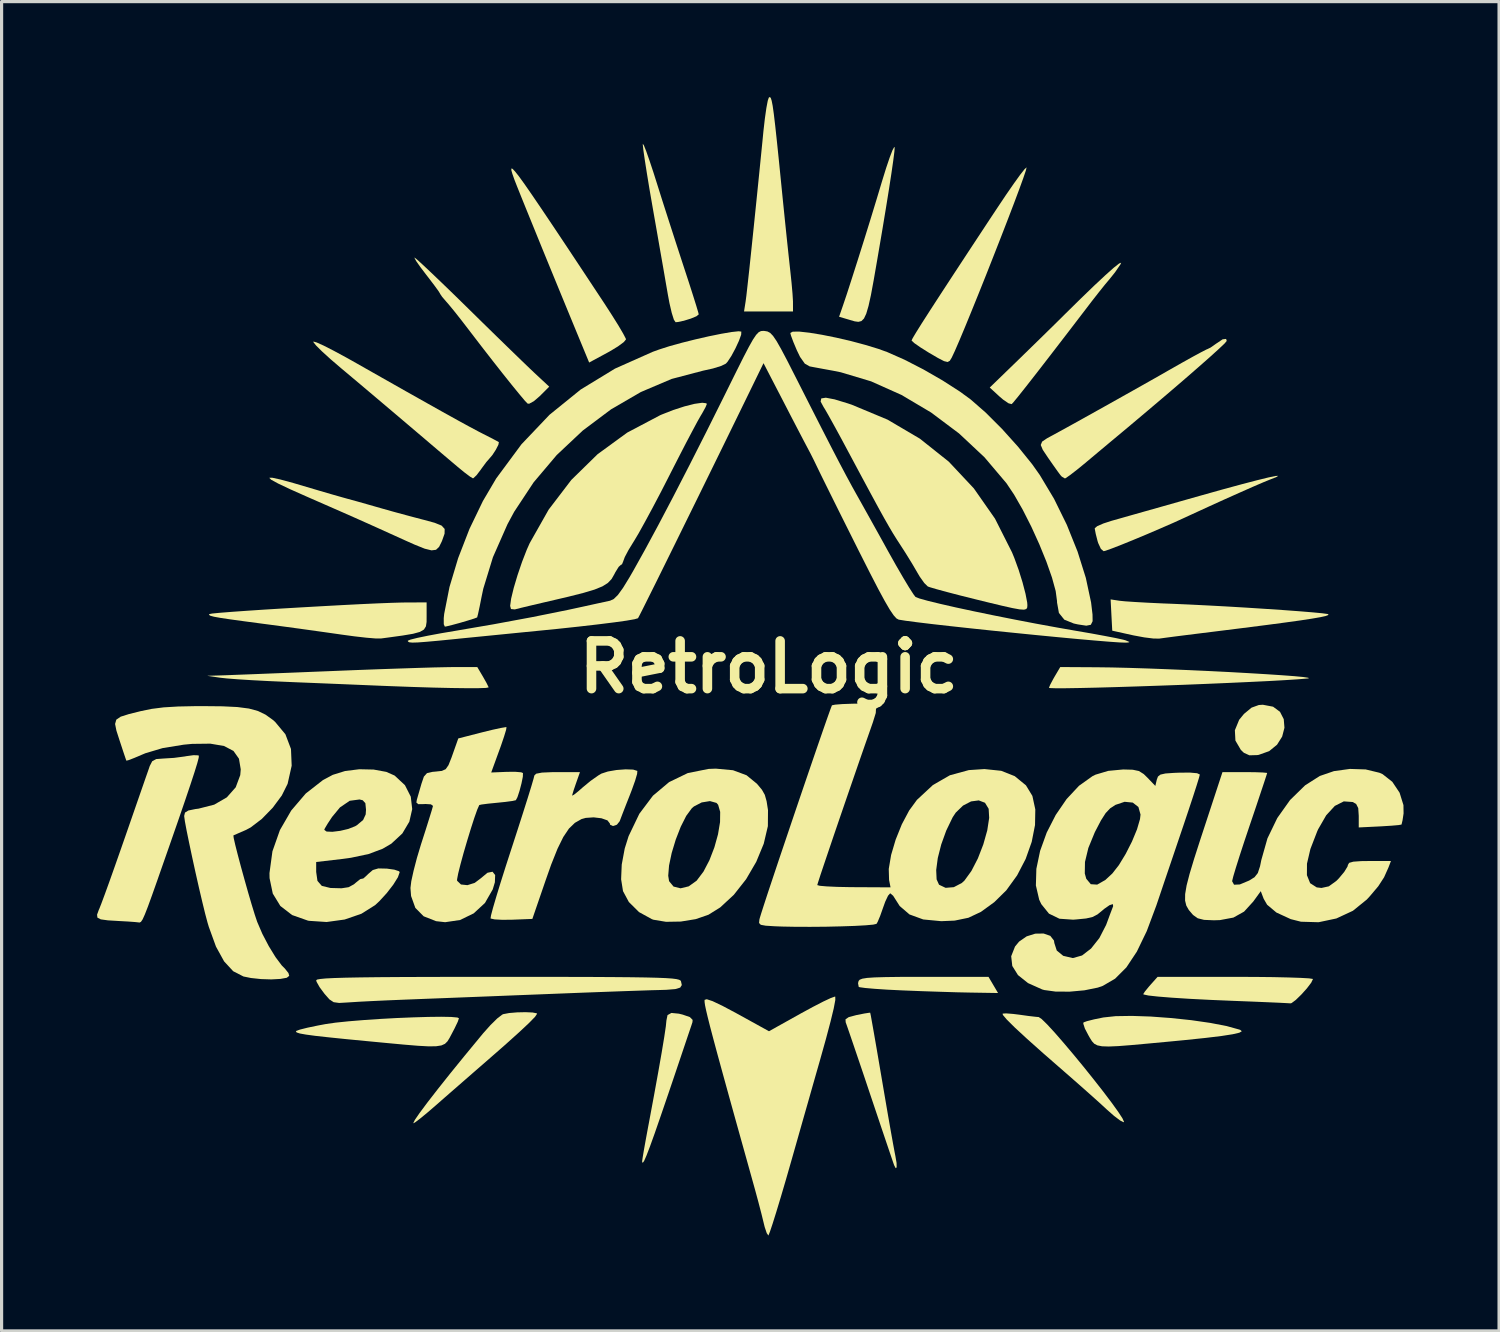
<source format=kicad_pcb>
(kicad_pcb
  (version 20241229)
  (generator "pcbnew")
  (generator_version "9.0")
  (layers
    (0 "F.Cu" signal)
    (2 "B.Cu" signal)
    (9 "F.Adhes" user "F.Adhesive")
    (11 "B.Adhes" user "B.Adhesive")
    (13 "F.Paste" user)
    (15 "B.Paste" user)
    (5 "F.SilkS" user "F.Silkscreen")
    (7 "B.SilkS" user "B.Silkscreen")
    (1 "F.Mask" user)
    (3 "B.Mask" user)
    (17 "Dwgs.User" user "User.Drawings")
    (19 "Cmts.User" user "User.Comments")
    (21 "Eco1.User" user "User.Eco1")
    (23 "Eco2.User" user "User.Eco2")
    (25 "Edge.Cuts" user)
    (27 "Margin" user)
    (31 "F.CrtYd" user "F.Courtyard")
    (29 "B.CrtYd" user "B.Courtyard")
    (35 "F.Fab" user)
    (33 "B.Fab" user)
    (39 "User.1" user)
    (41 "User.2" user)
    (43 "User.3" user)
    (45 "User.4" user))
  (footprint "RetroLogic"
    (layer "F.Cu")
    (at 21.111 17.914)
    (property "Reference" "RetroLogic" (at 0 0 0) (layer "F.SilkS") (effects (font (size 1.5 1.5) (thickness 0.3))))
    (attr board_only exclude_from_pos_files exclude_from_bom)
    (fp_poly (pts (xy 15.849 1.246) (xy 16.067 1.407) (xy 16.185 1.638) (xy 16.207 1.908) (xy 16.135 2.186) (xy 15.974 2.441) (xy 15.727 2.643) (xy 15.398 2.76) (xy 15.352 2.767) (xy 15.106 2.774) (xy 14.933 2.696) (xy 14.838 2.606) (xy 14.666 2.312) (xy 14.649 1.986) (xy 14.784 1.657) (xy 14.935 1.473) (xy 15.173 1.276) (xy 15.4 1.194) (xy 15.528 1.185)) (stroke (width 0) (type solid)) (fill yes) (layer "F.SilkS"))
    (fp_poly (pts (xy 7.056 9.991) (xy 7.206 10.245) (xy 6.334 10.231) (xy 5.915 10.222) (xy 5.39 10.206) (xy 4.819 10.187) (xy 4.266 10.165) (xy 4.171 10.161) (xy 3.72 10.139) (xy 3.331 10.113) (xy 3.033 10.087) (xy 2.859 10.063) (xy 2.827 10.052) (xy 2.806 9.937) (xy 2.823 9.867) (xy 2.859 9.826) (xy 2.942 9.794) (xy 3.092 9.77) (xy 3.329 9.754) (xy 3.674 9.744) (xy 4.144 9.738) (xy 4.761 9.737) (xy 4.89 9.737) (xy 6.906 9.737)) (stroke (width 0) (type solid)) (fill yes) (layer "F.SilkS"))
    (fp_poly (pts (xy 11.055 -12.658) (xy 10.884 -12.408) (xy 10.711 -12.192) (xy 10.569 -12.023) (xy 10.365 -11.768) (xy 10.139 -11.479) (xy 10.102 -11.43) (xy 9.446 -10.573) (xy 8.891 -9.851) (xy 8.436 -9.263) (xy 8.082 -8.81) (xy 7.83 -8.493) (xy 7.679 -8.31) (xy 7.633 -8.263) (xy 7.535 -8.289) (xy 7.364 -8.406) (xy 7.253 -8.501) (xy 6.945 -8.784) (xy 7.851 -9.662) (xy 8.23 -10.031) (xy 8.622 -10.414) (xy 8.983 -10.768) (xy 9.272 -11.054) (xy 9.31 -11.092) (xy 9.808 -11.582) (xy 10.235 -11.994) (xy 10.584 -12.32) (xy 10.846 -12.553) (xy 11.013 -12.684) (xy 11.075 -12.707)) (stroke (width 0) (type solid)) (fill yes) (layer "F.SilkS"))
    (fp_poly (pts (xy -7.424 10.857) (xy -7.295 10.882) (xy -7.281 10.897) (xy -7.345 10.992) (xy -7.537 11.189) (xy -7.858 11.489) (xy -8.309 11.894) (xy -8.89 12.402) (xy -9.297 12.756) (xy -9.75 13.151) (xy -10.186 13.531) (xy -10.435 13.75) (xy -10.724 13.999) (xy -10.96 14.193) (xy -11.119 14.313) (xy -11.176 14.341) (xy -11.123 14.233) (xy -10.97 14.01) (xy -10.727 13.684) (xy -10.405 13.269) (xy -10.014 12.777) (xy -9.564 12.223) (xy -9.065 11.618) (xy -8.981 11.516) (xy -8.748 11.255) (xy -8.535 11.045) (xy -8.377 10.924) (xy -8.346 10.909) (xy -8.161 10.874) (xy -7.91 10.853) (xy -7.647 10.847)) (stroke (width 0) (type solid)) (fill yes) (layer "F.SilkS"))
    (fp_poly (pts (xy 15.285 9.739) (xy 15.849 9.745) (xy 16.334 9.756) (xy 16.718 9.769) (xy 16.979 9.784) (xy 17.098 9.802) (xy 17.103 9.806) (xy 17.048 9.921) (xy 16.913 10.098) (xy 16.737 10.294) (xy 16.563 10.463) (xy 16.431 10.561) (xy 16.398 10.57) (xy 16.285 10.563) (xy 16.032 10.55) (xy 15.665 10.534) (xy 15.211 10.515) (xy 14.7 10.495) (xy 14.647 10.493) (xy 13.886 10.461) (xy 13.22 10.427) (xy 12.663 10.391) (xy 12.229 10.356) (xy 11.931 10.323) (xy 11.783 10.291) (xy 11.769 10.279) (xy 11.82 10.199) (xy 11.946 10.045) (xy 11.994 9.99) (xy 12.22 9.737) (xy 14.661 9.737)) (stroke (width 0) (type solid)) (fill yes) (layer "F.SilkS"))
    (fp_poly (pts (xy 3.957 -16.33) (xy 3.948 -16.199) (xy 3.913 -15.923) (xy 3.856 -15.525) (xy 3.779 -15.025) (xy 3.686 -14.447) (xy 3.581 -13.811) (xy 3.529 -13.504) (xy 3.401 -12.754) (xy 3.297 -12.155) (xy 3.211 -11.691) (xy 3.135 -11.347) (xy 3.064 -11.106) (xy 2.992 -10.953) (xy 2.911 -10.873) (xy 2.815 -10.849) (xy 2.699 -10.865) (xy 2.555 -10.907) (xy 2.481 -10.929) (xy 2.21 -11.009) (xy 2.334 -11.368) (xy 2.455 -11.727) (xy 2.612 -12.213) (xy 2.796 -12.789) (xy 2.995 -13.421) (xy 3.197 -14.072) (xy 3.391 -14.707) (xy 3.561 -15.272) (xy 3.689 -15.685) (xy 3.801 -16.016) (xy 3.888 -16.243) (xy 3.943 -16.344)) (stroke (width 0) (type solid)) (fill yes) (layer "F.SilkS"))
    (fp_poly (pts (xy 12.004 10.984) (xy 12.64 11.031) (xy 13.277 11.098) (xy 13.875 11.184) (xy 14.393 11.284) (xy 14.79 11.394) (xy 14.817 11.404) (xy 14.867 11.446) (xy 14.79 11.492) (xy 14.578 11.541) (xy 14.224 11.596) (xy 13.719 11.657) (xy 13.057 11.726) (xy 12.62 11.768) (xy 11.934 11.832) (xy 11.396 11.881) (xy 10.987 11.913) (xy 10.686 11.926) (xy 10.473 11.919) (xy 10.328 11.89) (xy 10.23 11.839) (xy 10.159 11.762) (xy 10.095 11.66) (xy 10.048 11.578) (xy 9.935 11.362) (xy 9.885 11.209) (xy 9.891 11.169) (xy 9.998 11.13) (xy 10.223 11.073) (xy 10.516 11.013) (xy 10.901 10.972) (xy 11.411 10.964)) (stroke (width 0) (type solid)) (fill yes) (layer "F.SilkS"))
    (fp_poly (pts (xy -2.825 10.894) (xy -2.703 10.924) (xy -2.479 11.002) (xy -2.393 11.089) (xy -2.398 11.16) (xy -2.436 11.277) (xy -2.522 11.53) (xy -2.646 11.898) (xy -2.801 12.358) (xy -2.979 12.886) (xy -3.152 13.396) (xy -3.393 14.101) (xy -3.585 14.655) (xy -3.734 15.069) (xy -3.844 15.355) (xy -3.918 15.523) (xy -3.962 15.584) (xy -3.979 15.549) (xy -3.979 15.529) (xy -3.964 15.421) (xy -3.924 15.18) (xy -3.863 14.84) (xy -3.788 14.434) (xy -3.772 14.351) (xy -3.61 13.482) (xy -3.474 12.733) (xy -3.365 12.112) (xy -3.285 11.629) (xy -3.235 11.293) (xy -3.217 11.113) (xy -3.217 11.11) (xy -3.182 10.939) (xy -3.06 10.871)) (stroke (width 0) (type solid)) (fill yes) (layer "F.SilkS"))
    (fp_poly (pts (xy 7.681 10.902) (xy 7.874 10.926) (xy 8.161 10.966) (xy 8.394 10.993) (xy 8.483 11) (xy 8.577 11.063) (xy 8.75 11.232) (xy 8.986 11.488) (xy 9.266 11.81) (xy 9.576 12.177) (xy 9.898 12.568) (xy 10.216 12.965) (xy 10.514 13.345) (xy 10.774 13.689) (xy 10.98 13.975) (xy 11.116 14.184) (xy 11.165 14.294) (xy 11.155 14.307) (xy 11.043 14.251) (xy 10.853 14.108) (xy 10.625 13.907) (xy 10.623 13.905) (xy 10.397 13.697) (xy 10.081 13.414) (xy 9.715 13.09) (xy 9.337 12.759) (xy 9.269 12.7) (xy 8.625 12.138) (xy 8.113 11.681) (xy 7.732 11.329) (xy 7.481 11.08) (xy 7.358 10.934) (xy 7.349 10.892) (xy 7.46 10.885)) (stroke (width 0) (type solid)) (fill yes) (layer "F.SilkS"))
    (fp_poly (pts (xy -8.055 -15.66) (xy -7.978 -15.58) (xy -7.853 -15.423) (xy -7.676 -15.178) (xy -7.441 -14.839) (xy -7.141 -14.398) (xy -6.771 -13.847) (xy -6.325 -13.178) (xy -5.798 -12.383) (xy -5.184 -11.454) (xy -5.177 -11.444) (xy -4.934 -11.068) (xy -4.728 -10.739) (xy -4.577 -10.482) (xy -4.496 -10.327) (xy -4.487 -10.297) (xy -4.557 -10.212) (xy -4.741 -10.076) (xy -5.004 -9.917) (xy -5.066 -9.883) (xy -5.645 -9.57) (xy -5.968 -10.352) (xy -6.258 -11.055) (xy -6.551 -11.767) (xy -6.838 -12.466) (xy -7.111 -13.133) (xy -7.362 -13.75) (xy -7.584 -14.295) (xy -7.768 -14.749) (xy -7.906 -15.093) (xy -7.99 -15.307) (xy -8.004 -15.346) (xy -8.059 -15.503) (xy -8.09 -15.613) (xy -8.09 -15.668)) (stroke (width 0) (type solid)) (fill yes) (layer "F.SilkS"))
    (fp_poly (pts (xy 3.206 10.949) (xy 3.247 11.177) (xy 3.309 11.527) (xy 3.387 11.976) (xy 3.477 12.502) (xy 3.554 12.954) (xy 3.655 13.546) (xy 3.75 14.1) (xy 3.836 14.589) (xy 3.907 14.985) (xy 3.958 15.26) (xy 3.979 15.365) (xy 4.017 15.587) (xy 4.019 15.725) (xy 3.989 15.751) (xy 3.939 15.654) (xy 3.901 15.545) (xy 3.817 15.298) (xy 3.694 14.935) (xy 3.54 14.479) (xy 3.363 13.952) (xy 3.184 13.42) (xy 2.992 12.846) (xy 2.814 12.321) (xy 2.66 11.867) (xy 2.537 11.507) (xy 2.453 11.264) (xy 2.417 11.163) (xy 2.412 11.071) (xy 2.512 11.003) (xy 2.747 10.94) (xy 2.766 10.936) (xy 3.003 10.889) (xy 3.157 10.865) (xy 3.188 10.865)) (stroke (width 0) (type solid)) (fill yes) (layer "F.SilkS"))
    (fp_poly (pts (xy -9.98 10.997) (xy -9.786 11.015) (xy -9.737 11.038) (xy -9.774 11.147) (xy -9.872 11.352) (xy -9.962 11.524) (xy -10.034 11.66) (xy -10.099 11.765) (xy -10.177 11.842) (xy -10.289 11.892) (xy -10.454 11.918) (xy -10.692 11.921) (xy -11.024 11.903) (xy -11.47 11.866) (xy -12.049 11.812) (xy -12.573 11.762) (xy -13.28 11.694) (xy -13.834 11.637) (xy -14.251 11.591) (xy -14.546 11.551) (xy -14.736 11.517) (xy -14.835 11.485) (xy -14.861 11.454) (xy -14.848 11.436) (xy -14.738 11.395) (xy -14.5 11.335) (xy -14.173 11.267) (xy -13.928 11.221) (xy -13.615 11.176) (xy -13.209 11.134) (xy -12.735 11.095) (xy -12.22 11.06) (xy -11.692 11.031) (xy -11.177 11.01) (xy -10.702 10.996) (xy -10.294 10.991)) (stroke (width 0) (type solid)) (fill yes) (layer "F.SilkS"))
    (fp_poly (pts (xy -3.926 -16.398) (xy -3.852 -16.213) (xy -3.748 -15.916) (xy -3.62 -15.531) (xy -3.524 -15.228) (xy -3.345 -14.66) (xy -3.134 -14.003) (xy -2.916 -13.328) (xy -2.713 -12.705) (xy -2.659 -12.54) (xy -2.509 -12.082) (xy -2.38 -11.679) (xy -2.28 -11.36) (xy -2.218 -11.152) (xy -2.201 -11.083) (xy -2.274 -11.024) (xy -2.45 -10.951) (xy -2.67 -10.883) (xy -2.87 -10.842) (xy -2.929 -10.838) (xy -2.982 -10.916) (xy -3.049 -11.128) (xy -3.122 -11.441) (xy -3.171 -11.705) (xy -3.232 -12.055) (xy -3.314 -12.531) (xy -3.413 -13.094) (xy -3.519 -13.703) (xy -3.627 -14.318) (xy -3.653 -14.467) (xy -3.748 -15.015) (xy -3.829 -15.508) (xy -3.894 -15.922) (xy -3.939 -16.231) (xy -3.959 -16.411) (xy -3.959 -16.445)) (stroke (width 0) (type solid)) (fill yes) (layer "F.SilkS"))
    (fp_poly (pts (xy 0.062 -17.888) (xy 0.091 -17.8) (xy 0.123 -17.637) (xy 0.159 -17.381) (xy 0.202 -17.017) (xy 0.255 -16.529) (xy 0.32 -15.901) (xy 0.382 -15.282) (xy 0.445 -14.654) (xy 0.508 -14.037) (xy 0.567 -13.467) (xy 0.619 -12.978) (xy 0.66 -12.602) (xy 0.677 -12.446) (xy 0.716 -12.076) (xy 0.746 -11.738) (xy 0.761 -11.492) (xy 0.761 -11.451) (xy 0.762 -11.176) (xy -0.007 -11.176) (xy -0.777 -11.176) (xy -0.727 -11.493) (xy -0.703 -11.677) (xy -0.665 -12.015) (xy -0.612 -12.494) (xy -0.548 -13.101) (xy -0.473 -13.82) (xy -0.389 -14.639) (xy -0.297 -15.544) (xy -0.199 -16.52) (xy -0.167 -16.849) (xy -0.122 -17.241) (xy -0.075 -17.571) (xy -0.031 -17.802) (xy 0.002 -17.897) (xy 0.033 -17.914)) (stroke (width 0) (type solid)) (fill yes) (layer "F.SilkS"))
    (fp_poly (pts (xy 10.317 0.007) (xy 10.778 0.013) (xy 11.314 0.026) (xy 11.907 0.045) (xy 12.539 0.069) (xy 13.191 0.096) (xy 13.846 0.126) (xy 14.484 0.158) (xy 15.088 0.192) (xy 15.639 0.225) (xy 16.12 0.257) (xy 16.512 0.286) (xy 16.797 0.313) (xy 16.957 0.337) (xy 16.973 0.355) (xy 16.933 0.36) (xy 16.633 0.385) (xy 16.213 0.412) (xy 15.693 0.441) (xy 15.093 0.47) (xy 14.433 0.5) (xy 13.732 0.53) (xy 13.01 0.559) (xy 12.286 0.585) (xy 11.581 0.609) (xy 10.914 0.63) (xy 10.305 0.647) (xy 9.774 0.659) (xy 9.339 0.666) (xy 9.021 0.667) (xy 8.84 0.661) (xy 8.805 0.653) (xy 8.845 0.555) (xy 8.943 0.371) (xy 8.983 0.301) (xy 9.161 0)) (stroke (width 0) (type solid)) (fill yes) (layer "F.SilkS"))
    (fp_poly (pts (xy 15.947 -5.968) (xy 15.748 -5.89) (xy 15.549 -5.809) (xy 15.226 -5.67) (xy 14.808 -5.485) (xy 14.322 -5.268) (xy 13.799 -5.03) (xy 13.268 -4.786) (xy 13.073 -4.696) (xy 12.718 -4.534) (xy 12.31 -4.356) (xy 11.883 -4.173) (xy 11.466 -3.999) (xy 11.09 -3.846) (xy 10.787 -3.728) (xy 10.586 -3.656) (xy 10.524 -3.641) (xy 10.438 -3.714) (xy 10.353 -3.897) (xy 10.334 -3.958) (xy 10.276 -4.185) (xy 10.246 -4.343) (xy 10.245 -4.361) (xy 10.32 -4.426) (xy 10.516 -4.512) (xy 10.774 -4.596) (xy 10.998 -4.659) (xy 11.357 -4.761) (xy 11.823 -4.893) (xy 12.369 -5.047) (xy 12.965 -5.216) (xy 13.537 -5.378) (xy 14.253 -5.579) (xy 14.857 -5.743) (xy 15.342 -5.87) (xy 15.701 -5.958) (xy 15.926 -6.005) (xy 16.011 -6.009)) (stroke (width 0) (type solid)) (fill yes) (layer "F.SilkS"))
    (fp_poly (pts (xy -15.352 -5.895) (xy -14.94 -5.783) (xy -14.52 -5.659) (xy -14.111 -5.538) (xy -13.71 -5.421) (xy -13.379 -5.327) (xy -13.25 -5.291) (xy -12.95 -5.209) (xy -12.569 -5.101) (xy -12.192 -4.993) (xy -11.78 -4.877) (xy -11.305 -4.748) (xy -10.868 -4.633) (xy -10.858 -4.631) (xy -10.499 -4.533) (xy -10.282 -4.445) (xy -10.186 -4.34) (xy -10.189 -4.191) (xy -10.267 -3.971) (xy -10.283 -3.934) (xy -10.362 -3.775) (xy -10.458 -3.685) (xy -10.599 -3.667) (xy -10.814 -3.72) (xy -11.132 -3.848) (xy -11.43 -3.981) (xy -11.907 -4.197) (xy -12.302 -4.376) (xy -12.654 -4.534) (xy -13.001 -4.689) (xy -13.381 -4.857) (xy -13.833 -5.055) (xy -14.395 -5.301) (xy -14.504 -5.349) (xy -15.041 -5.588) (xy -15.419 -5.767) (xy -15.639 -5.887) (xy -15.701 -5.948) (xy -15.605 -5.95)) (stroke (width 0) (type solid)) (fill yes) (layer "F.SilkS"))
    (fp_poly (pts (xy -8.983 0.301) (xy -8.872 0.497) (xy -8.81 0.623) (xy -8.805 0.64) (xy -8.887 0.656) (xy -9.119 0.664) (xy -9.483 0.665) (xy -9.961 0.659) (xy -10.534 0.646) (xy -11.184 0.626) (xy -11.892 0.6) (xy -12.15 0.59) (xy -12.747 0.565) (xy -13.444 0.536) (xy -14.173 0.506) (xy -14.866 0.478) (xy -15.198 0.464) (xy -15.735 0.44) (xy -16.244 0.413) (xy -16.689 0.385) (xy -17.033 0.358) (xy -17.23 0.337) (xy -17.653 0.275) (xy -17.23 0.263) (xy -17.047 0.257) (xy -16.718 0.244) (xy -16.264 0.227) (xy -15.709 0.205) (xy -15.075 0.18) (xy -14.385 0.152) (xy -13.758 0.127) (xy -13.017 0.097) (xy -12.297 0.07) (xy -11.622 0.047) (xy -11.018 0.027) (xy -10.513 0.012) (xy -10.13 0.004) (xy -9.936 0.001) (xy -9.161 0)) (stroke (width 0) (type solid)) (fill yes) (layer "F.SilkS"))
    (fp_poly (pts (xy 8.102 -15.7) (xy 8.079 -15.602) (xy 8 -15.369) (xy 7.874 -15.021) (xy 7.709 -14.58) (xy 7.513 -14.068) (xy 7.295 -13.505) (xy 7.063 -12.913) (xy 6.826 -12.312) (xy 6.591 -11.725) (xy 6.367 -11.172) (xy 6.163 -10.674) (xy 5.987 -10.254) (xy 5.847 -9.931) (xy 5.752 -9.728) (xy 5.745 -9.716) (xy 5.689 -9.624) (xy 5.621 -9.587) (xy 5.509 -9.614) (xy 5.319 -9.712) (xy 5.018 -9.888) (xy 4.761 -10.05) (xy 4.572 -10.182) (xy 4.49 -10.26) (xy 4.489 -10.264) (xy 4.523 -10.337) (xy 4.63 -10.516) (xy 4.811 -10.806) (xy 5.071 -11.211) (xy 5.412 -11.737) (xy 5.837 -12.387) (xy 6.349 -13.167) (xy 6.951 -14.081) (xy 7.183 -14.431) (xy 7.46 -14.845) (xy 7.705 -15.199) (xy 7.903 -15.474) (xy 8.04 -15.648) (xy 8.1 -15.702)) (stroke (width 0) (type solid)) (fill yes) (layer "F.SilkS"))
    (fp_poly (pts (xy 11.023 -2.083) (xy 11.204 -2.065) (xy 11.516 -2.044) (xy 11.925 -2.021) (xy 12.393 -1.999) (xy 12.658 -1.989) (xy 13.188 -1.966) (xy 13.772 -1.937) (xy 14.387 -1.904) (xy 15.009 -1.867) (xy 15.613 -1.828) (xy 16.178 -1.79) (xy 16.679 -1.753) (xy 17.092 -1.719) (xy 17.395 -1.69) (xy 17.563 -1.667) (xy 17.589 -1.658) (xy 17.58 -1.633) (xy 17.499 -1.603) (xy 17.335 -1.567) (xy 17.076 -1.522) (xy 16.711 -1.466) (xy 16.228 -1.399) (xy 15.616 -1.318) (xy 14.863 -1.222) (xy 13.958 -1.109) (xy 13.547 -1.058) (xy 13.122 -1.005) (xy 12.742 -0.957) (xy 12.448 -0.918) (xy 12.279 -0.895) (xy 12.277 -0.894) (xy 12.092 -0.896) (xy 11.802 -0.932) (xy 11.467 -0.994) (xy 11.43 -1.002) (xy 10.795 -1.143) (xy 10.769 -1.634) (xy 10.744 -2.126)) (stroke (width 0) (type solid)) (fill yes) (layer "F.SilkS"))
    (fp_poly (pts (xy -11.059 -12.812) (xy -10.882 -12.651) (xy -10.617 -12.402) (xy -10.28 -12.08) (xy -9.888 -11.701) (xy -9.457 -11.279) (xy -9.453 -11.275) (xy -8.994 -10.824) (xy -8.548 -10.388) (xy -8.138 -9.989) (xy -7.787 -9.649) (xy -7.515 -9.387) (xy -7.366 -9.246) (xy -6.9 -8.812) (xy -7.197 -8.515) (xy -7.383 -8.355) (xy -7.529 -8.276) (xy -7.578 -8.279) (xy -7.666 -8.37) (xy -7.838 -8.575) (xy -8.079 -8.87) (xy -8.369 -9.233) (xy -8.692 -9.644) (xy -9.03 -10.079) (xy -9.366 -10.517) (xy -9.434 -10.606) (xy -9.674 -10.918) (xy -9.899 -11.202) (xy -10.074 -11.414) (xy -10.131 -11.478) (xy -10.264 -11.633) (xy -10.328 -11.727) (xy -10.329 -11.733) (xy -10.378 -11.813) (xy -10.508 -11.992) (xy -10.693 -12.235) (xy -10.76 -12.321) (xy -10.95 -12.571) (xy -11.083 -12.761) (xy -11.136 -12.861) (xy -11.133 -12.869)) (stroke (width 0) (type solid)) (fill yes) (layer "F.SilkS"))
    (fp_poly (pts (xy -10.753 -1.607) (xy -10.754 -1.418) (xy -10.775 -1.279) (xy -10.837 -1.179) (xy -10.965 -1.104) (xy -11.181 -1.045) (xy -11.509 -0.99) (xy -11.973 -0.926) (xy -12.192 -0.897) (xy -12.355 -0.898) (xy -12.645 -0.922) (xy -13.022 -0.965) (xy -13.444 -1.022) (xy -13.462 -1.025) (xy -13.947 -1.094) (xy -14.533 -1.176) (xy -15.154 -1.261) (xy -15.744 -1.34) (xy -15.875 -1.357) (xy -16.469 -1.436) (xy -16.914 -1.497) (xy -17.229 -1.544) (xy -17.434 -1.581) (xy -17.549 -1.612) (xy -17.591 -1.639) (xy -17.582 -1.665) (xy -17.489 -1.682) (xy -17.25 -1.705) (xy -16.887 -1.734) (xy -16.423 -1.767) (xy -15.883 -1.803) (xy -15.288 -1.84) (xy -14.661 -1.877) (xy -14.025 -1.913) (xy -13.404 -1.947) (xy -12.819 -1.977) (xy -12.295 -2.001) (xy -11.854 -2.018) (xy -11.519 -2.028) (xy -11.409 -2.029) (xy -10.753 -2.032)) (stroke (width 0) (type solid)) (fill yes) (layer "F.SilkS"))
    (fp_poly (pts (xy -14.208 -10.201) (xy -13.986 -10.101) (xy -13.675 -9.942) (xy -13.301 -9.74) (xy -13.098 -9.627) (xy -12.177 -9.105) (xy -11.393 -8.661) (xy -10.734 -8.29) (xy -10.19 -7.985) (xy -9.75 -7.741) (xy -9.404 -7.552) (xy -9.14 -7.411) (xy -8.975 -7.326) (xy -8.726 -7.199) (xy -8.547 -7.105) (xy -8.482 -7.068) (xy -8.498 -6.985) (xy -8.578 -6.829) (xy -8.686 -6.663) (xy -8.771 -6.563) (xy -8.878 -6.44) (xy -9.022 -6.245) (xy -9.052 -6.202) (xy -9.185 -6.028) (xy -9.283 -5.936) (xy -9.298 -5.931) (xy -9.388 -5.984) (xy -9.566 -6.118) (xy -9.777 -6.291) (xy -9.984 -6.466) (xy -10.289 -6.724) (xy -10.658 -7.038) (xy -11.061 -7.381) (xy -11.343 -7.62) (xy -11.811 -8.017) (xy -12.324 -8.451) (xy -12.833 -8.881) (xy -13.285 -9.261) (xy -13.446 -9.396) (xy -13.775 -9.678) (xy -14.042 -9.921) (xy -14.228 -10.106) (xy -14.312 -10.212) (xy -14.31 -10.23)) (stroke (width 0) (type solid)) (fill yes) (layer "F.SilkS"))
    (fp_poly (pts (xy -17.934 2.775) (xy -17.911 2.787) (xy -17.917 2.854) (xy -17.961 3.022) (xy -18.046 3.298) (xy -18.175 3.692) (xy -18.35 4.211) (xy -18.574 4.863) (xy -18.851 5.658) (xy -19.182 6.603) (xy -19.201 6.659) (xy -19.38 7.164) (xy -19.513 7.531) (xy -19.61 7.779) (xy -19.679 7.931) (xy -19.731 8.008) (xy -19.774 8.03) (xy -19.796 8.027) (xy -19.905 8.015) (xy -20.132 7.998) (xy -20.405 7.983) (xy -20.771 7.961) (xy -20.994 7.93) (xy -21.099 7.876) (xy -21.111 7.783) (xy -21.057 7.635) (xy -21.042 7.602) (xy -20.98 7.445) (xy -20.872 7.155) (xy -20.727 6.755) (xy -20.556 6.273) (xy -20.366 5.733) (xy -20.227 5.334) (xy -20.032 4.773) (xy -19.852 4.254) (xy -19.695 3.802) (xy -19.57 3.442) (xy -19.485 3.2) (xy -19.455 3.111) (xy -19.377 2.96) (xy -19.251 2.892) (xy -19.021 2.875) (xy -18.694 2.855) (xy -18.353 2.81) (xy -18.307 2.801) (xy -18.08 2.77)) (stroke (width 0) (type solid)) (fill yes) (layer "F.SilkS"))
    (fp_poly (pts (xy 14.393 -10.249) (xy 14.33 -10.173) (xy 14.149 -10.001) (xy 13.863 -9.742) (xy 13.485 -9.409) (xy 13.027 -9.011) (xy 12.501 -8.56) (xy 11.921 -8.068) (xy 11.299 -7.544) (xy 10.934 -7.239) (xy 10.67 -7.019) (xy 10.34 -6.743) (xy 10.007 -6.464) (xy 9.947 -6.413) (xy 9.682 -6.197) (xy 9.467 -6.031) (xy 9.333 -5.938) (xy 9.307 -5.927) (xy 9.21 -5.984) (xy 9.166 -6.032) (xy 9.075 -6.155) (xy 8.924 -6.368) (xy 8.777 -6.579) (xy 8.612 -6.826) (xy 8.548 -6.979) (xy 8.591 -7.085) (xy 8.745 -7.189) (xy 8.848 -7.245) (xy 9.133 -7.4) (xy 9.534 -7.621) (xy 10.018 -7.89) (xy 10.552 -8.188) (xy 11.105 -8.498) (xy 11.644 -8.801) (xy 12.138 -9.08) (xy 12.553 -9.317) (xy 12.601 -9.344) (xy 12.995 -9.568) (xy 13.336 -9.758) (xy 13.599 -9.9) (xy 13.755 -9.98) (xy 13.787 -9.993) (xy 13.886 -10.041) (xy 14.049 -10.156) (xy 14.055 -10.16) (xy 14.264 -10.3) (xy 14.373 -10.313)) (stroke (width 0) (type solid)) (fill yes) (layer "F.SilkS"))
    (fp_poly (pts (xy 2.068 -8.413) (xy 2.485 -8.286) (xy 2.61 -8.244) (xy 3.734 -7.775) (xy 4.751 -7.176) (xy 5.657 -6.455) (xy 6.445 -5.615) (xy 7.11 -4.664) (xy 7.644 -3.606) (xy 7.717 -3.429) (xy 7.853 -3.055) (xy 7.975 -2.663) (xy 8.069 -2.303) (xy 8.122 -2.028) (xy 8.128 -1.943) (xy 8.123 -1.871) (xy 8.095 -1.824) (xy 8.023 -1.803) (xy 7.884 -1.812) (xy 7.659 -1.853) (xy 7.325 -1.928) (xy 6.863 -2.039) (xy 6.477 -2.134) (xy 6.014 -2.25) (xy 5.604 -2.357) (xy 5.276 -2.446) (xy 5.063 -2.509) (xy 4.998 -2.532) (xy 4.887 -2.641) (xy 4.743 -2.844) (xy 4.668 -2.971) (xy 4.507 -3.247) (xy 4.301 -3.581) (xy 4.139 -3.832) (xy 4.021 -4.014) (xy 3.903 -4.203) (xy 3.775 -4.42) (xy 3.625 -4.683) (xy 3.442 -5.014) (xy 3.216 -5.431) (xy 2.935 -5.953) (xy 2.588 -6.601) (xy 2.496 -6.773) (xy 2.268 -7.199) (xy 2.059 -7.582) (xy 1.887 -7.892) (xy 1.767 -8.102) (xy 1.725 -8.168) (xy 1.63 -8.343) (xy 1.65 -8.442) (xy 1.793 -8.465)) (stroke (width 0) (type solid)) (fill yes) (layer "F.SilkS"))
    (fp_poly (pts (xy 2.09 10.359) (xy 2.091 10.466) (xy 2.042 10.727) (xy 1.943 11.136) (xy 1.797 11.687) (xy 1.605 12.373) (xy 1.572 12.488) (xy 1.497 12.75) (xy 1.384 13.146) (xy 1.242 13.647) (xy 1.077 14.224) (xy 0.9 14.848) (xy 0.717 15.491) (xy 0.71 15.515) (xy 0.538 16.115) (xy 0.378 16.659) (xy 0.237 17.125) (xy 0.121 17.495) (xy 0.037 17.746) (xy -0.009 17.86) (xy -0.014 17.865) (xy -0.064 17.79) (xy -0.128 17.6) (xy -0.162 17.462) (xy -0.229 17.188) (xy -0.325 16.819) (xy -0.431 16.428) (xy -0.455 16.341) (xy -0.768 15.218) (xy -1.039 14.248) (xy -1.269 13.419) (xy -1.462 12.719) (xy -1.621 12.138) (xy -1.748 11.665) (xy -1.847 11.289) (xy -1.92 10.998) (xy -1.971 10.782) (xy -2.003 10.629) (xy -2.017 10.529) (xy -2.018 10.47) (xy -2.016 10.46) (xy -1.948 10.44) (xy -1.764 10.501) (xy -1.457 10.647) (xy -1.017 10.881) (xy -0.992 10.895) (xy 0.007 11.446) (xy 1.024 10.878) (xy 1.397 10.676) (xy 1.715 10.512) (xy 1.952 10.401) (xy 2.078 10.357)) (stroke (width 0) (type solid)) (fill yes) (layer "F.SilkS"))
    (fp_poly (pts (xy -0.862 -10.542) (xy -0.868 -10.444) (xy -0.938 -10.251) (xy -1.049 -10.012) (xy -1.175 -9.777) (xy -1.295 -9.595) (xy -1.348 -9.536) (xy -1.496 -9.463) (xy -1.755 -9.383) (xy -2.071 -9.313) (xy -2.074 -9.312) (xy -3.051 -9.055) (xy -4.019 -8.644) (xy -4.958 -8.098) (xy -5.846 -7.432) (xy -6.664 -6.663) (xy -7.389 -5.806) (xy -8.001 -4.88) (xy -8.212 -4.488) (xy -8.669 -3.452) (xy -8.972 -2.463) (xy -9.026 -2.207) (xy -9.086 -1.904) (xy -9.135 -1.676) (xy -9.164 -1.564) (xy -9.167 -1.559) (xy -9.258 -1.524) (xy -9.456 -1.462) (xy -9.704 -1.389) (xy -9.947 -1.323) (xy -10.126 -1.279) (xy -10.181 -1.27) (xy -10.214 -1.345) (xy -10.215 -1.536) (xy -10.201 -1.672) (xy -10.034 -2.517) (xy -9.762 -3.424) (xy -9.406 -4.342) (xy -8.984 -5.218) (xy -8.566 -5.928) (xy -7.773 -7) (xy -6.89 -7.929) (xy -5.912 -8.721) (xy -4.833 -9.379) (xy -3.647 -9.907) (xy -3.445 -9.98) (xy -3.121 -10.084) (xy -2.73 -10.192) (xy -2.306 -10.298) (xy -1.882 -10.395) (xy -1.492 -10.474) (xy -1.17 -10.529) (xy -0.947 -10.553)) (stroke (width 0) (type solid)) (fill yes) (layer "F.SilkS"))
    (fp_poly (pts (xy -1.962 -8.29) (xy -1.947 -8.264) (xy -1.988 -8.165) (xy -2.09 -7.979) (xy -2.142 -7.893) (xy -2.239 -7.722) (xy -2.397 -7.427) (xy -2.602 -7.039) (xy -2.836 -6.585) (xy -3.087 -6.094) (xy -3.129 -6.011) (xy -3.39 -5.501) (xy -3.65 -5.007) (xy -3.89 -4.563) (xy -4.091 -4.201) (xy -4.237 -3.956) (xy -4.247 -3.941) (xy -4.409 -3.676) (xy -4.525 -3.457) (xy -4.572 -3.33) (xy -4.572 -3.327) (xy -4.614 -3.226) (xy -4.641 -3.217) (xy -4.718 -3.148) (xy -4.823 -2.977) (xy -4.852 -2.92) (xy -4.939 -2.768) (xy -5.056 -2.644) (xy -5.227 -2.536) (xy -5.475 -2.435) (xy -5.826 -2.33) (xy -6.304 -2.209) (xy -6.689 -2.119) (xy -7.118 -2.019) (xy -7.496 -1.93) (xy -7.788 -1.86) (xy -7.959 -1.817) (xy -7.98 -1.811) (xy -8.102 -1.823) (xy -8.128 -1.922) (xy -8.097 -2.15) (xy -8.015 -2.488) (xy -7.896 -2.887) (xy -7.755 -3.302) (xy -7.607 -3.684) (xy -7.513 -3.895) (xy -6.918 -4.947) (xy -6.206 -5.88) (xy -5.381 -6.688) (xy -4.449 -7.368) (xy -3.414 -7.914) (xy -3.366 -7.935) (xy -3.002 -8.078) (xy -2.646 -8.193) (xy -2.332 -8.272) (xy -2.092 -8.306)) (stroke (width 0) (type solid)) (fill yes) (layer "F.SilkS"))
    (fp_poly (pts (xy -7.389 9.737) (xy -6.417 9.738) (xy -5.591 9.74) (xy -4.899 9.744) (xy -4.329 9.749) (xy -3.87 9.756) (xy -3.51 9.765) (xy -3.236 9.776) (xy -3.037 9.79) (xy -2.902 9.807) (xy -2.818 9.828) (xy -2.774 9.852) (xy -2.76 9.871) (xy -2.733 9.995) (xy -2.784 10.075) (xy -2.937 10.121) (xy -3.219 10.144) (xy -3.448 10.151) (xy -3.687 10.157) (xy -4.071 10.17) (xy -4.575 10.187) (xy -5.175 10.209) (xy -5.846 10.234) (xy -6.564 10.262) (xy -7.197 10.287) (xy -7.968 10.317) (xy -8.742 10.348) (xy -9.489 10.377) (xy -10.178 10.404) (xy -10.778 10.427) (xy -11.261 10.446) (xy -11.515 10.456) (xy -12.002 10.476) (xy -12.473 10.498) (xy -12.88 10.519) (xy -13.177 10.538) (xy -13.224 10.541) (xy -13.502 10.557) (xy -13.675 10.533) (xy -13.807 10.446) (xy -13.961 10.271) (xy -13.965 10.266) (xy -14.118 10.059) (xy -14.211 9.893) (xy -14.224 9.844) (xy -14.194 9.822) (xy -14.097 9.804) (xy -13.923 9.787) (xy -13.661 9.774) (xy -13.302 9.763) (xy -12.834 9.754) (xy -12.249 9.747) (xy -11.535 9.742) (xy -10.683 9.739) (xy -9.682 9.737) (xy -8.522 9.737) (xy -8.518 9.737)) (stroke (width 0) (type solid)) (fill yes) (layer "F.SilkS"))
    (fp_poly (pts (xy 1.281 -10.507) (xy 1.675 -10.442) (xy 2.117 -10.353) (xy 2.579 -10.246) (xy 3.032 -10.125) (xy 3.449 -9.998) (xy 3.725 -9.898) (xy 4.264 -9.66) (xy 4.863 -9.352) (xy 5.464 -9.006) (xy 6.007 -8.657) (xy 6.346 -8.409) (xy 6.82 -7.995) (xy 7.33 -7.485) (xy 7.831 -6.928) (xy 8.277 -6.376) (xy 8.519 -6.034) (xy 8.966 -5.287) (xy 9.367 -4.471) (xy 9.705 -3.629) (xy 9.965 -2.801) (xy 10.13 -2.03) (xy 10.175 -1.652) (xy 10.178 -1.441) (xy 10.122 -1.328) (xy 9.979 -1.3) (xy 9.715 -1.34) (xy 9.584 -1.369) (xy 9.288 -1.489) (xy 9.119 -1.7) (xy 9.06 -2.028) (xy 9.059 -2.075) (xy 9.017 -2.389) (xy 8.901 -2.812) (xy 8.725 -3.313) (xy 8.503 -3.858) (xy 8.251 -4.413) (xy 7.981 -4.945) (xy 7.709 -5.42) (xy 7.47 -5.777) (xy 6.778 -6.594) (xy 5.979 -7.342) (xy 5.101 -8) (xy 4.17 -8.552) (xy 3.215 -8.979) (xy 2.264 -9.264) (xy 2.032 -9.311) (xy 1.714 -9.369) (xy 1.438 -9.42) (xy 1.285 -9.449) (xy 1.133 -9.535) (xy 0.984 -9.746) (xy 0.883 -9.954) (xy 0.773 -10.215) (xy 0.698 -10.417) (xy 0.677 -10.499) (xy 0.754 -10.541) (xy 0.965 -10.542)) (stroke (width 0) (type solid)) (fill yes) (layer "F.SilkS"))
    (fp_poly (pts (xy -1.124 3.243) (xy -0.7 3.4) (xy -0.371 3.669) (xy -0.215 3.856) (xy -0.124 4.017) (xy -0.068 4.217) (xy -0.024 4.497) (xy -0.028 5) (xy -0.158 5.553) (xy -0.393 6.121) (xy -0.712 6.668) (xy -1.097 7.157) (xy -1.525 7.554) (xy -1.894 7.784) (xy -2.297 7.923) (xy -2.765 7.999) (xy -3.229 8.007) (xy -3.622 7.942) (xy -3.671 7.925) (xy -4.077 7.702) (xy -4.397 7.385) (xy -4.581 7.043) (xy -4.64 6.672) (xy -4.636 6.559) (xy -3.16 6.559) (xy -3.133 6.729) (xy -2.993 6.899) (xy -2.773 6.954) (xy -2.518 6.893) (xy -2.272 6.718) (xy -2.264 6.71) (xy -2.052 6.429) (xy -1.864 6.069) (xy -1.709 5.666) (xy -1.595 5.256) (xy -1.531 4.872) (xy -1.527 4.552) (xy -1.591 4.329) (xy -1.644 4.27) (xy -1.848 4.213) (xy -2.108 4.255) (xy -2.353 4.382) (xy -2.418 4.438) (xy -2.594 4.677) (xy -2.767 5.02) (xy -2.924 5.424) (xy -3.051 5.844) (xy -3.134 6.237) (xy -3.16 6.559) (xy -4.636 6.559) (xy -4.621 6.208) (xy -4.527 5.703) (xy -4.405 5.314) (xy -4.068 4.612) (xy -3.641 4.044) (xy -3.132 3.616) (xy -2.547 3.333) (xy -1.896 3.202) (xy -1.664 3.193)) (stroke (width 0) (type solid)) (fill yes) (layer "F.SilkS"))
    (fp_poly (pts (xy -4.262 3.223) (xy -4.13 3.264) (xy -4.138 3.359) (xy -4.2 3.571) (xy -4.304 3.862) (xy -4.359 4.005) (xy -4.49 4.337) (xy -4.6 4.62) (xy -4.672 4.81) (xy -4.686 4.847) (xy -4.773 4.955) (xy -4.897 4.997) (xy -4.986 4.956) (xy -4.995 4.915) (xy -5.07 4.819) (xy -5.258 4.753) (xy -5.504 4.724) (xy -5.752 4.741) (xy -5.885 4.778) (xy -6.093 4.896) (xy -6.28 5.077) (xy -6.458 5.342) (xy -6.64 5.712) (xy -6.839 6.21) (xy -7.008 6.689) (xy -7.43 7.916) (xy -8.068 7.941) (xy -8.379 7.944) (xy -8.617 7.931) (xy -8.738 7.904) (xy -8.744 7.899) (xy -8.729 7.803) (xy -8.667 7.569) (xy -8.564 7.218) (xy -8.427 6.77) (xy -8.262 6.249) (xy -8.076 5.675) (xy -8.075 5.673) (xy -7.888 5.096) (xy -7.719 4.569) (xy -7.575 4.114) (xy -7.464 3.755) (xy -7.393 3.512) (xy -7.367 3.408) (xy -7.31 3.352) (xy -7.127 3.317) (xy -6.8 3.303) (xy -6.65 3.302) (xy -5.934 3.302) (xy -6.057 3.651) (xy -6.133 3.873) (xy -6.176 4.019) (xy -6.181 4.042) (xy -6.125 4.015) (xy -5.98 3.899) (xy -5.847 3.782) (xy -5.6 3.578) (xy -5.354 3.405) (xy -5.259 3.349) (xy -5.057 3.283) (xy -4.785 3.236) (xy -4.5 3.215)) (stroke (width 0) (type solid)) (fill yes) (layer "F.SilkS"))
    (fp_poly (pts (xy -12.418 3.222) (xy -12.019 3.295) (xy -11.76 3.41) (xy -11.434 3.713) (xy -11.251 4.074) (xy -11.206 4.465) (xy -11.296 4.859) (xy -11.516 5.23) (xy -11.862 5.551) (xy -12.135 5.711) (xy -12.574 5.876) (xy -13.13 5.994) (xy -13.409 6.032) (xy -14.224 6.127) (xy -14.224 6.44) (xy -14.184 6.721) (xy -14.047 6.878) (xy -13.782 6.942) (xy -13.758 6.944) (xy -13.426 6.953) (xy -13.205 6.919) (xy -13.038 6.828) (xy -12.97 6.77) (xy -12.841 6.667) (xy -12.785 6.653) (xy -12.785 6.655) (xy -12.736 6.641) (xy -12.616 6.531) (xy -12.594 6.508) (xy -12.445 6.38) (xy -12.271 6.329) (xy -12.003 6.335) (xy -12.002 6.335) (xy -11.767 6.368) (xy -11.622 6.417) (xy -11.599 6.445) (xy -11.655 6.606) (xy -11.802 6.841) (xy -12.007 7.106) (xy -12.239 7.359) (xy -12.371 7.482) (xy -12.803 7.754) (xy -13.329 7.935) (xy -13.896 8.013) (xy -14.448 7.976) (xy -14.485 7.969) (xy -14.981 7.794) (xy -15.35 7.509) (xy -15.588 7.12) (xy -15.689 6.635) (xy -15.692 6.477) (xy -15.599 5.792) (xy -15.364 5.125) (xy -15.359 5.116) (xy -13.97 5.116) (xy -13.898 5.17) (xy -13.715 5.178) (xy -13.47 5.148) (xy -13.215 5.088) (xy -12.999 5.003) (xy -12.945 4.971) (xy -12.749 4.807) (xy -12.668 4.631) (xy -12.658 4.484) (xy -12.678 4.279) (xy -12.761 4.187) (xy -12.861 4.162) (xy -13.17 4.203) (xy -13.476 4.411) (xy -13.725 4.712) (xy -13.865 4.924) (xy -13.954 5.075) (xy -13.97 5.116) (xy -15.359 5.116) (xy -15.008 4.509) (xy -14.551 3.974) (xy -14.013 3.554) (xy -13.703 3.388) (xy -13.317 3.268) (xy -12.869 3.212)) (stroke (width 0) (type solid)) (fill yes) (layer "F.SilkS"))
    (fp_poly (pts (xy -8.242 1.89) (xy -8.256 1.976) (xy -8.319 2.184) (xy -8.417 2.474) (xy -8.469 2.616) (xy -8.723 3.314) (xy -8.235 3.294) (xy -7.969 3.292) (xy -7.782 3.308) (xy -7.725 3.331) (xy -7.729 3.447) (xy -7.771 3.655) (xy -7.833 3.891) (xy -7.898 4.089) (xy -7.949 4.185) (xy -8.055 4.209) (xy -8.28 4.239) (xy -8.543 4.266) (xy -8.823 4.294) (xy -9.024 4.32) (xy -9.098 4.337) (xy -9.162 4.481) (xy -9.254 4.741) (xy -9.363 5.079) (xy -9.479 5.459) (xy -9.592 5.845) (xy -9.689 6.201) (xy -9.761 6.488) (xy -9.796 6.672) (xy -9.796 6.716) (xy -9.673 6.834) (xy -9.47 6.855) (xy -9.24 6.782) (xy -9.059 6.646) (xy -8.84 6.465) (xy -8.681 6.433) (xy -8.599 6.538) (xy -8.608 6.765) (xy -8.675 6.988) (xy -8.92 7.415) (xy -9.274 7.742) (xy -9.702 7.95) (xy -10.171 8.019) (xy -10.456 7.987) (xy -10.847 7.833) (xy -11.108 7.569) (xy -11.242 7.195) (xy -11.261 6.943) (xy -11.235 6.731) (xy -11.163 6.403) (xy -11.058 6) (xy -10.928 5.567) (xy -10.913 5.521) (xy -10.783 5.117) (xy -10.674 4.769) (xy -10.594 4.511) (xy -10.555 4.373) (xy -10.553 4.363) (xy -10.618 4.315) (xy -10.793 4.304) (xy -10.824 4.307) (xy -11.013 4.31) (xy -11.075 4.259) (xy -11.062 4.177) (xy -11.011 3.999) (xy -10.938 3.746) (xy -10.915 3.666) (xy -10.839 3.443) (xy -10.742 3.335) (xy -10.567 3.294) (xy -10.465 3.285) (xy -10.274 3.264) (xy -10.154 3.21) (xy -10.066 3.084) (xy -9.972 2.848) (xy -9.938 2.752) (xy -9.758 2.244) (xy -9.014 2.053) (xy -8.684 1.972) (xy -8.422 1.915) (xy -8.267 1.889)) (stroke (width 0) (type solid)) (fill yes) (layer "F.SilkS"))
    (fp_poly (pts (xy -17.171 1.234) (xy -16.701 1.257) (xy -16.339 1.304) (xy -16.055 1.381) (xy -15.818 1.495) (xy -15.598 1.652) (xy -15.516 1.722) (xy -15.191 2.113) (xy -15.016 2.575) (xy -14.994 3.101) (xy -15.122 3.671) (xy -15.305 4.038) (xy -15.591 4.423) (xy -15.933 4.774) (xy -16.285 5.042) (xy -16.441 5.124) (xy -16.66 5.219) (xy -16.8 5.281) (xy -16.826 5.292) (xy -16.816 5.375) (xy -16.768 5.587) (xy -16.689 5.898) (xy -16.589 6.274) (xy -16.476 6.683) (xy -16.36 7.094) (xy -16.249 7.473) (xy -16.152 7.788) (xy -16.078 8.008) (xy -16.076 8.013) (xy -15.916 8.385) (xy -15.715 8.769) (xy -15.502 9.116) (xy -15.304 9.38) (xy -15.212 9.472) (xy -15.096 9.616) (xy -15.071 9.705) (xy -15.147 9.765) (xy -15.349 9.802) (xy -15.633 9.817) (xy -15.956 9.807) (xy -16.274 9.773) (xy -16.51 9.725) (xy -16.832 9.56) (xy -17.118 9.25) (xy -17.373 8.787) (xy -17.599 8.164) (xy -17.639 8.03) (xy -17.713 7.752) (xy -17.805 7.375) (xy -17.909 6.932) (xy -18.017 6.454) (xy -18.122 5.974) (xy -18.217 5.525) (xy -18.296 5.14) (xy -18.35 4.851) (xy -18.372 4.689) (xy -18.373 4.68) (xy -18.347 4.574) (xy -18.242 4.509) (xy -18.019 4.463) (xy -17.923 4.451) (xy -17.429 4.325) (xy -17.033 4.096) (xy -16.753 3.78) (xy -16.61 3.396) (xy -16.595 3.215) (xy -16.651 2.881) (xy -16.823 2.637) (xy -17.121 2.481) (xy -17.552 2.408) (xy -18.123 2.415) (xy -18.388 2.44) (xy -19.048 2.547) (xy -19.591 2.709) (xy -19.68 2.746) (xy -19.936 2.855) (xy -20.12 2.926) (xy -20.19 2.943) (xy -20.22 2.858) (xy -20.289 2.653) (xy -20.383 2.367) (xy -20.405 2.301) (xy -20.503 1.995) (xy -20.544 1.789) (xy -20.506 1.654) (xy -20.368 1.56) (xy -20.109 1.478) (xy -19.739 1.386) (xy -19.394 1.315) (xy -19.015 1.267) (xy -18.56 1.24) (xy -17.991 1.228) (xy -17.78 1.228)) (stroke (width 0) (type solid)) (fill yes) (layer "F.SilkS"))
    (fp_poly (pts (xy 18.76 3.218) (xy 19.191 3.322) (xy 19.291 3.366) (xy 19.597 3.607) (xy 19.826 3.95) (xy 19.947 4.339) (xy 19.951 4.6) (xy 19.919 4.814) (xy 19.889 4.94) (xy 19.883 4.951) (xy 19.791 4.967) (xy 19.573 4.986) (xy 19.271 5.005) (xy 19.198 5.009) (xy 18.542 5.041) (xy 18.542 4.677) (xy 18.526 4.433) (xy 18.46 4.303) (xy 18.352 4.242) (xy 18.072 4.222) (xy 17.791 4.364) (xy 17.52 4.658) (xy 17.267 5.097) (xy 17.237 5.163) (xy 17.023 5.717) (xy 16.915 6.179) (xy 16.913 6.541) (xy 17.015 6.793) (xy 17.221 6.925) (xy 17.37 6.943) (xy 17.602 6.892) (xy 17.836 6.723) (xy 17.918 6.64) (xy 18.085 6.44) (xy 18.188 6.272) (xy 18.203 6.217) (xy 18.24 6.154) (xy 18.37 6.117) (xy 18.622 6.099) (xy 18.879 6.096) (xy 19.554 6.096) (xy 19.475 6.302) (xy 19.338 6.608) (xy 19.156 6.889) (xy 18.89 7.204) (xy 18.796 7.306) (xy 18.359 7.66) (xy 17.839 7.902) (xy 17.28 8.02) (xy 16.726 8.004) (xy 16.405 7.923) (xy 15.954 7.715) (xy 15.662 7.47) (xy 15.553 7.281) (xy 15.463 7.044) (xy 15.226 7.371) (xy 14.938 7.687) (xy 14.603 7.874) (xy 14.18 7.953) (xy 13.989 7.959) (xy 13.68 7.946) (xy 13.482 7.896) (xy 13.338 7.794) (xy 13.314 7.768) (xy 13.201 7.635) (xy 13.123 7.499) (xy 13.084 7.34) (xy 13.086 7.135) (xy 13.132 6.863) (xy 13.225 6.503) (xy 13.366 6.034) (xy 13.559 5.433) (xy 13.637 5.196) (xy 14.259 3.302) (xy 14.961 3.302) (xy 15.282 3.305) (xy 15.526 3.314) (xy 15.653 3.326) (xy 15.663 3.331) (xy 15.637 3.416) (xy 15.565 3.637) (xy 15.454 3.969) (xy 15.314 4.389) (xy 15.151 4.871) (xy 15.113 4.982) (xy 14.945 5.483) (xy 14.798 5.933) (xy 14.68 6.307) (xy 14.599 6.579) (xy 14.564 6.722) (xy 14.563 6.732) (xy 14.623 6.841) (xy 14.804 6.833) (xy 15.098 6.71) (xy 15.267 6.605) (xy 15.37 6.474) (xy 15.44 6.261) (xy 15.48 6.065) (xy 15.673 5.384) (xy 15.982 4.745) (xy 16.384 4.179) (xy 16.856 3.718) (xy 17.317 3.424) (xy 17.762 3.271) (xy 18.264 3.202)) (stroke (width 0) (type solid)) (fill yes) (layer "F.SilkS"))
    (fp_poly (pts (xy 11.439 3.227) (xy 11.633 3.268) (xy 11.784 3.363) (xy 11.901 3.477) (xy 12.149 3.736) (xy 12.195 3.54) (xy 12.232 3.441) (xy 12.31 3.38) (xy 12.466 3.345) (xy 12.739 3.326) (xy 12.894 3.32) (xy 13.235 3.317) (xy 13.461 3.337) (xy 13.547 3.377) (xy 13.547 3.379) (xy 13.521 3.482) (xy 13.448 3.719) (xy 13.336 4.066) (xy 13.194 4.496) (xy 13.03 4.985) (xy 12.992 5.097) (xy 12.803 5.655) (xy 12.613 6.216) (xy 12.436 6.737) (xy 12.287 7.18) (xy 12.181 7.493) (xy 11.88 8.298) (xy 11.568 8.944) (xy 11.239 9.44) (xy 10.884 9.795) (xy 10.498 10.02) (xy 10.34 10.075) (xy 9.92 10.16) (xy 9.458 10.202) (xy 9.016 10.2) (xy 8.658 10.151) (xy 8.592 10.132) (xy 8.148 9.933) (xy 7.832 9.681) (xy 7.653 9.394) (xy 7.619 9.089) (xy 7.739 8.784) (xy 7.867 8.629) (xy 8.105 8.464) (xy 8.376 8.379) (xy 8.638 8.375) (xy 8.848 8.448) (xy 8.964 8.597) (xy 8.975 8.674) (xy 9.051 8.909) (xy 9.254 9.076) (xy 9.545 9.144) (xy 9.566 9.144) (xy 9.846 9.065) (xy 10.129 8.847) (xy 10.39 8.518) (xy 10.602 8.105) (xy 10.626 8.042) (xy 10.722 7.781) (xy 10.796 7.587) (xy 10.823 7.517) (xy 10.815 7.451) (xy 10.711 7.483) (xy 10.544 7.599) (xy 10.495 7.641) (xy 10.332 7.774) (xy 10.176 7.855) (xy 9.974 7.902) (xy 9.67 7.932) (xy 9.566 7.94) (xy 9.135 7.91) (xy 8.806 7.75) (xy 8.565 7.451) (xy 8.499 7.312) (xy 8.395 6.864) (xy 8.406 6.487) (xy 9.932 6.487) (xy 9.978 6.653) (xy 10.121 6.825) (xy 10.322 6.838) (xy 10.579 6.691) (xy 10.797 6.489) (xy 11.003 6.225) (xy 11.217 5.873) (xy 11.415 5.483) (xy 11.573 5.102) (xy 11.667 4.78) (xy 11.684 4.637) (xy 11.617 4.398) (xy 11.439 4.26) (xy 11.184 4.235) (xy 10.895 4.332) (xy 10.73 4.44) (xy 10.588 4.59) (xy 10.44 4.821) (xy 10.259 5.168) (xy 10.243 5.201) (xy 10.044 5.686) (xy 9.938 6.125) (xy 9.932 6.487) (xy 8.406 6.487) (xy 8.41 6.342) (xy 8.528 5.778) (xy 8.735 5.203) (xy 9.018 4.649) (xy 9.361 4.148) (xy 9.751 3.731) (xy 10.173 3.43) (xy 10.27 3.382) (xy 10.67 3.263) (xy 11.139 3.219)) (stroke (width 0) (type solid)) (fill yes) (layer "F.SilkS"))
    (fp_poly (pts (xy 3.278 1.18) (xy 3.372 1.268) (xy 3.363 1.444) (xy 3.272 1.738) (xy 3.211 1.913) (xy 3.041 2.397) (xy 2.852 2.94) (xy 2.652 3.52) (xy 2.447 4.115) (xy 2.245 4.703) (xy 2.054 5.262) (xy 1.882 5.77) (xy 1.735 6.205) (xy 1.621 6.545) (xy 1.549 6.769) (xy 1.524 6.853) (xy 1.604 6.875) (xy 1.822 6.894) (xy 2.148 6.909) (xy 2.551 6.917) (xy 2.676 6.918) (xy 3.827 6.924) (xy 3.781 6.692) (xy 3.772 6.379) (xy 5.262 6.379) (xy 5.275 6.673) (xy 5.351 6.841) (xy 5.557 6.939) (xy 5.816 6.918) (xy 6.068 6.786) (xy 6.149 6.712) (xy 6.368 6.41) (xy 6.572 6.015) (xy 6.743 5.573) (xy 6.867 5.133) (xy 6.927 4.741) (xy 6.911 4.456) (xy 6.796 4.266) (xy 6.6 4.191) (xy 6.358 4.223) (xy 6.105 4.354) (xy 5.876 4.576) (xy 5.779 4.723) (xy 5.578 5.139) (xy 5.42 5.577) (xy 5.312 6.002) (xy 5.262 6.379) (xy 3.772 6.379) (xy 3.771 6.345) (xy 3.845 5.907) (xy 3.988 5.424) (xy 4.182 4.942) (xy 4.413 4.508) (xy 4.657 4.174) (xy 5.159 3.708) (xy 5.693 3.401) (xy 6.287 3.239) (xy 6.778 3.206) (xy 7.305 3.261) (xy 7.73 3.429) (xy 8.083 3.718) (xy 8.285 4.05) (xy 8.377 4.475) (xy 8.368 4.966) (xy 8.264 5.494) (xy 8.074 6.031) (xy 7.805 6.548) (xy 7.466 7.017) (xy 7.087 7.39) (xy 6.667 7.695) (xy 6.274 7.88) (xy 5.843 7.969) (xy 5.419 7.987) (xy 4.855 7.933) (xy 4.422 7.775) (xy 4.115 7.511) (xy 4.016 7.356) (xy 3.909 7.188) (xy 3.819 7.112) (xy 3.815 7.112) (xy 3.749 7.186) (xy 3.66 7.375) (xy 3.595 7.556) (xy 3.503 7.816) (xy 3.423 8.008) (xy 3.386 8.071) (xy 3.284 8.095) (xy 3.043 8.117) (xy 2.695 8.136) (xy 2.271 8.15) (xy 1.8 8.161) (xy 1.316 8.165) (xy 0.847 8.164) (xy 0.426 8.156) (xy 0.19 8.147) (xy -0.098 8.129) (xy -0.251 8.101) (xy -0.305 8.044) (xy -0.295 7.939) (xy -0.283 7.891) (xy -0.24 7.749) (xy -0.152 7.475) (xy -0.026 7.089) (xy 0.133 6.612) (xy 0.316 6.064) (xy 0.518 5.466) (xy 0.73 4.838) (xy 0.946 4.201) (xy 1.159 3.576) (xy 1.362 2.982) (xy 1.548 2.441) (xy 1.71 1.973) (xy 1.841 1.598) (xy 1.934 1.337) (xy 1.982 1.211) (xy 1.987 1.202) (xy 2.086 1.182) (xy 2.31 1.164) (xy 2.617 1.153) (xy 2.708 1.151) (xy 3.063 1.151)) (stroke (width 0) (type solid)) (fill yes) (layer "F.SilkS"))
    (fp_poly (pts (xy -0.13 -10.562) (xy -0.039 -10.546) (xy 0.045 -10.501) (xy 0.135 -10.407) (xy 0.246 -10.244) (xy 0.389 -9.992) (xy 0.58 -9.631) (xy 0.829 -9.141) (xy 0.871 -9.059) (xy 1.302 -8.209) (xy 1.666 -7.494) (xy 1.971 -6.899) (xy 2.226 -6.408) (xy 2.439 -6.006) (xy 2.617 -5.677) (xy 2.737 -5.461) (xy 2.875 -5.215) (xy 3.075 -4.857) (xy 3.315 -4.426) (xy 3.575 -3.958) (xy 3.757 -3.628) (xy 4.001 -3.194) (xy 4.225 -2.808) (xy 4.412 -2.497) (xy 4.548 -2.286) (xy 4.611 -2.204) (xy 4.733 -2.155) (xy 4.999 -2.081) (xy 5.388 -1.986) (xy 5.878 -1.874) (xy 6.446 -1.752) (xy 7.071 -1.623) (xy 7.73 -1.492) (xy 8.402 -1.363) (xy 9.064 -1.242) (xy 9.652 -1.139) (xy 10.13 -1.057) (xy 10.558 -0.978) (xy 10.906 -0.911) (xy 11.14 -0.86) (xy 11.218 -0.838) (xy 11.338 -0.787) (xy 11.296 -0.771) (xy 11.212 -0.767) (xy 11.029 -0.773) (xy 10.7 -0.796) (xy 10.251 -0.833) (xy 9.704 -0.881) (xy 9.084 -0.939) (xy 8.414 -1.004) (xy 7.717 -1.074) (xy 7.018 -1.145) (xy 6.339 -1.217) (xy 5.705 -1.286) (xy 5.139 -1.35) (xy 4.666 -1.407) (xy 4.307 -1.454) (xy 4.088 -1.489) (xy 4.085 -1.489) (xy 4.013 -1.528) (xy 3.922 -1.629) (xy 3.802 -1.806) (xy 3.645 -2.075) (xy 3.442 -2.45) (xy 3.185 -2.947) (xy 2.865 -3.58) (xy 2.823 -3.663) (xy 2.534 -4.241) (xy 2.259 -4.791) (xy 2.012 -5.288) (xy 1.804 -5.708) (xy 1.647 -6.026) (xy 1.553 -6.219) (xy 1.551 -6.223) (xy 1.423 -6.489) (xy 1.313 -6.708) (xy 1.268 -6.793) (xy 1.204 -6.914) (xy 1.076 -7.157) (xy 0.899 -7.496) (xy 0.689 -7.9) (xy 0.511 -8.245) (xy -0.165 -9.55) (xy -0.604 -8.649) (xy -1.019 -7.799) (xy -1.434 -6.95) (xy -1.843 -6.115) (xy -2.238 -5.31) (xy -2.614 -4.546) (xy -2.962 -3.838) (xy -3.277 -3.2) (xy -3.551 -2.645) (xy -3.779 -2.188) (xy -3.952 -1.841) (xy -4.065 -1.618) (xy -4.11 -1.534) (xy -4.11 -1.534) (xy -4.216 -1.503) (xy -4.472 -1.458) (xy -4.861 -1.404) (xy -5.365 -1.341) (xy -5.965 -1.272) (xy -6.644 -1.199) (xy -7.197 -1.144) (xy -7.795 -1.085) (xy -8.458 -1.019) (xy -9.113 -0.954) (xy -9.689 -0.897) (xy -9.811 -0.884) (xy -10.356 -0.83) (xy -10.755 -0.794) (xy -11.03 -0.773) (xy -11.204 -0.768) (xy -11.3 -0.778) (xy -11.339 -0.802) (xy -11.345 -0.827) (xy -11.266 -0.861) (xy -11.046 -0.916) (xy -10.713 -0.985) (xy -10.293 -1.063) (xy -9.885 -1.132) (xy -8.648 -1.344) (xy -7.442 -1.568) (xy -6.322 -1.794) (xy -5.8 -1.907) (xy -5.469 -1.98) (xy -5.176 -2.044) (xy -4.987 -2.085) (xy -4.871 -2.139) (xy -4.742 -2.265) (xy -4.582 -2.486) (xy -4.374 -2.825) (xy -4.253 -3.035) (xy -3.893 -3.681) (xy -3.472 -4.461) (xy -3.001 -5.357) (xy -2.49 -6.35) (xy -1.948 -7.42) (xy -1.386 -8.548) (xy -1.311 -8.7) (xy -1.023 -9.282) (xy -0.799 -9.73) (xy -0.627 -10.06) (xy -0.497 -10.291) (xy -0.397 -10.44) (xy -0.317 -10.523) (xy -0.245 -10.559) (xy -0.171 -10.565)) (stroke (width 0) (type solid)) (fill yes) (layer "F.SilkS")))
  (gr_rect
    (start -3 -3)
    (end 44.063 38.779)
    (stroke (width 0.1) (type default))
    (fill no)
    (layer "Edge.Cuts")))
</source>
